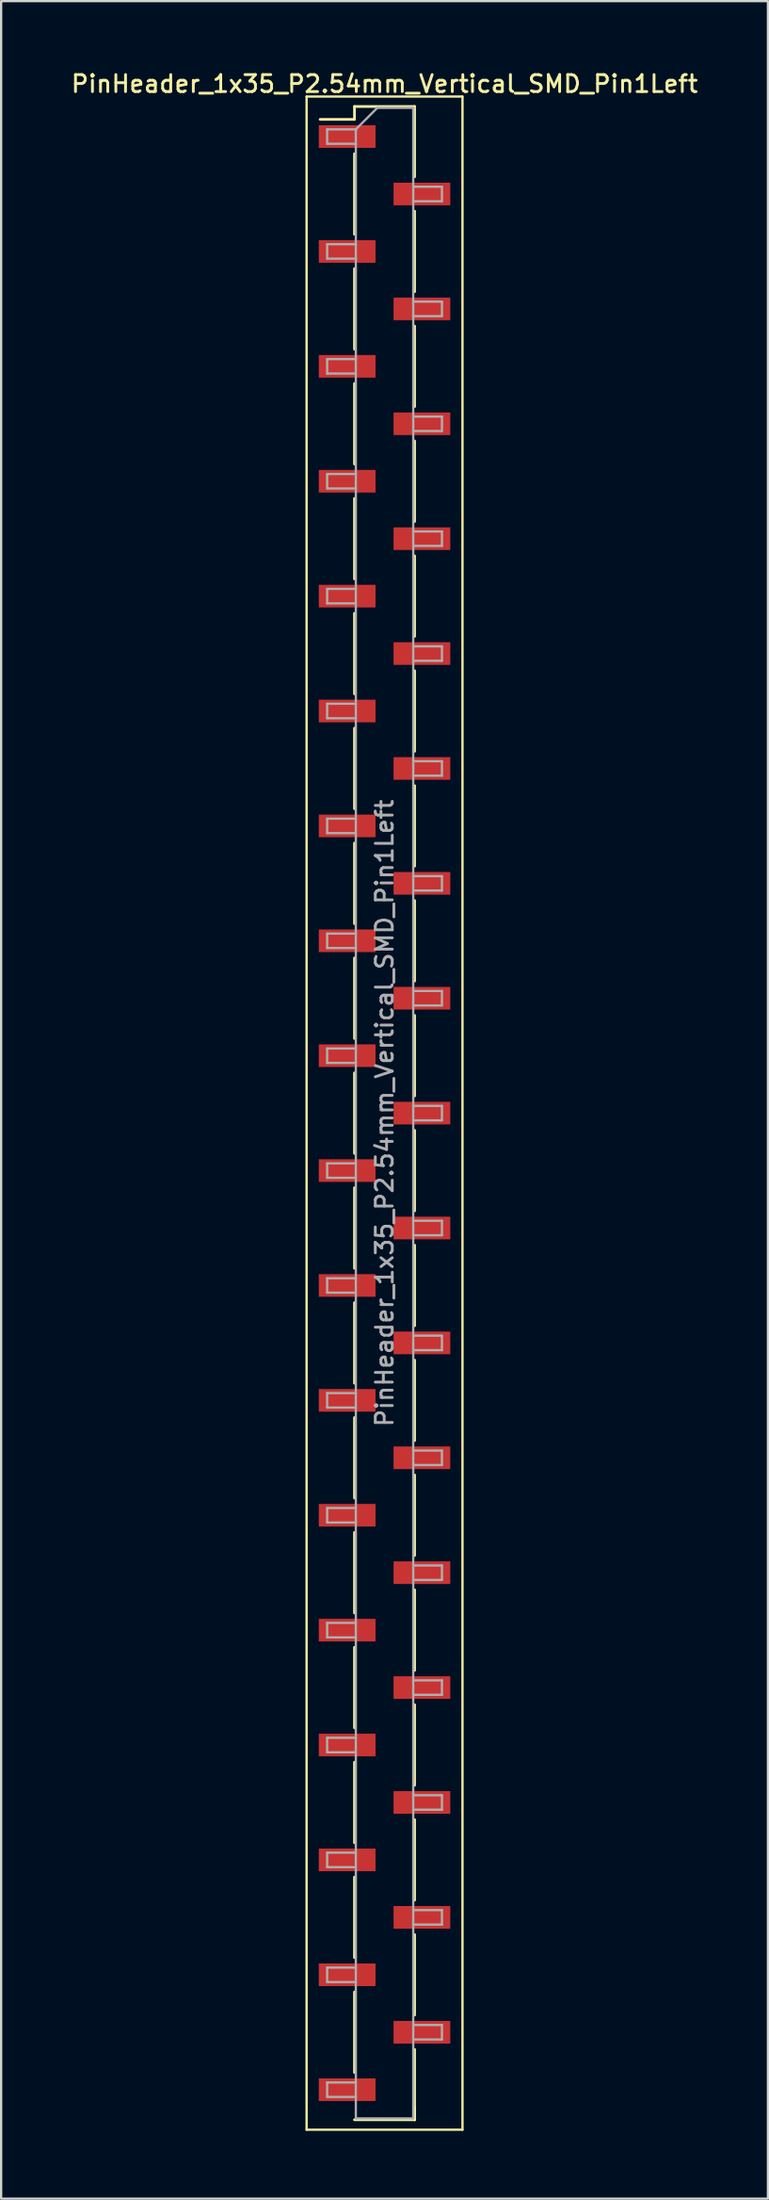
<source format=kicad_pcb>
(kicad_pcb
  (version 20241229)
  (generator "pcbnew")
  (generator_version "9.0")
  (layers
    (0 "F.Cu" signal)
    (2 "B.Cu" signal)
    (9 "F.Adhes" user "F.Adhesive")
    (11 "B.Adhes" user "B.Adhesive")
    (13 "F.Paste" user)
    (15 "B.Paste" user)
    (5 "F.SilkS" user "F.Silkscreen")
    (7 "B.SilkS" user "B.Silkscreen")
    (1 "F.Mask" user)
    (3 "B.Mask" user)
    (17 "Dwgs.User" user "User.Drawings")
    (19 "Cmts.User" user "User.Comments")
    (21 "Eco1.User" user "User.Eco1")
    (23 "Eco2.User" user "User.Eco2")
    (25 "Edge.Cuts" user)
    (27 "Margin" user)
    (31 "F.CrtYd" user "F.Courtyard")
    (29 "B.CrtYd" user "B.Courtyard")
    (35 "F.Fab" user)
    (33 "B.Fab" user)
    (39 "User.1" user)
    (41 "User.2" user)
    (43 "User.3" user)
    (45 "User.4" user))
  (footprint "PinHeader_1x35_P2.54mm_Vertical_SMD_Pin1Left"
    (layer "F.Cu")
    (at 13.97 46.168)
    (property "Reference" "PinHeader_1x35_P2.54mm_Vertical_SMD_Pin1Left" (at 0 -45.51 0) (layer "F.SilkS") (effects (font (size 0.75 0.75) (thickness 0.125))))
    (attr smd)
    (fp_line (start -3.45 -44.95) (end -3.45 44.95) (stroke (width 0.1) (type solid)) (layer "F.SilkS"))
    (fp_line (start -3.45 44.95) (end 3.45 44.95) (stroke (width 0.1) (type solid)) (layer "F.SilkS"))
    (fp_line (start -1.33 -44.51) (end -1.33 -43.94) (stroke (width 0.12) (type solid)) (layer "F.SilkS"))
    (fp_line (start -1.33 -44.51) (end 1.33 -44.51) (stroke (width 0.12) (type solid)) (layer "F.SilkS"))
    (fp_line (start -1.33 -43.94) (end -2.85 -43.94) (stroke (width 0.12) (type solid)) (layer "F.SilkS"))
    (fp_line (start -1.33 -42.42) (end -1.33 -38.86) (stroke (width 0.12) (type solid)) (layer "F.SilkS"))
    (fp_line (start -1.33 -37.34) (end -1.33 -33.78) (stroke (width 0.12) (type solid)) (layer "F.SilkS"))
    (fp_line (start -1.33 -32.26) (end -1.33 -28.7) (stroke (width 0.12) (type solid)) (layer "F.SilkS"))
    (fp_line (start -1.33 -27.18) (end -1.33 -23.62) (stroke (width 0.12) (type solid)) (layer "F.SilkS"))
    (fp_line (start -1.33 -22.1) (end -1.33 -18.54) (stroke (width 0.12) (type solid)) (layer "F.SilkS"))
    (fp_line (start -1.33 -17.02) (end -1.33 -13.46) (stroke (width 0.12) (type solid)) (layer "F.SilkS"))
    (fp_line (start -1.33 -11.94) (end -1.33 -8.38) (stroke (width 0.12) (type solid)) (layer "F.SilkS"))
    (fp_line (start -1.33 -6.86) (end -1.33 -3.3) (stroke (width 0.12) (type solid)) (layer "F.SilkS"))
    (fp_line (start -1.33 -1.78) (end -1.33 1.78) (stroke (width 0.12) (type solid)) (layer "F.SilkS"))
    (fp_line (start -1.33 3.3) (end -1.33 6.86) (stroke (width 0.12) (type solid)) (layer "F.SilkS"))
    (fp_line (start -1.33 8.38) (end -1.33 11.94) (stroke (width 0.12) (type solid)) (layer "F.SilkS"))
    (fp_line (start -1.33 13.46) (end -1.33 17.02) (stroke (width 0.12) (type solid)) (layer "F.SilkS"))
    (fp_line (start -1.33 18.54) (end -1.33 22.1) (stroke (width 0.12) (type solid)) (layer "F.SilkS"))
    (fp_line (start -1.33 23.62) (end -1.33 27.18) (stroke (width 0.12) (type solid)) (layer "F.SilkS"))
    (fp_line (start -1.33 28.7) (end -1.33 32.26) (stroke (width 0.12) (type solid)) (layer "F.SilkS"))
    (fp_line (start -1.33 33.78) (end -1.33 37.34) (stroke (width 0.12) (type solid)) (layer "F.SilkS"))
    (fp_line (start -1.33 38.86) (end -1.33 42.42) (stroke (width 0.12) (type solid)) (layer "F.SilkS"))
    (fp_line (start -1.33 44.51) (end 1.33 44.51) (stroke (width 0.12) (type solid)) (layer "F.SilkS"))
    (fp_line (start 1.33 -44.51) (end 1.33 -41.4) (stroke (width 0.12) (type solid)) (layer "F.SilkS"))
    (fp_line (start 1.33 -39.88) (end 1.33 -36.32) (stroke (width 0.12) (type solid)) (layer "F.SilkS"))
    (fp_line (start 1.33 -34.8) (end 1.33 -31.24) (stroke (width 0.12) (type solid)) (layer "F.SilkS"))
    (fp_line (start 1.33 -29.72) (end 1.33 -26.16) (stroke (width 0.12) (type solid)) (layer "F.SilkS"))
    (fp_line (start 1.33 -24.64) (end 1.33 -21.08) (stroke (width 0.12) (type solid)) (layer "F.SilkS"))
    (fp_line (start 1.33 -19.56) (end 1.33 -16) (stroke (width 0.12) (type solid)) (layer "F.SilkS"))
    (fp_line (start 1.33 -14.48) (end 1.33 -10.92) (stroke (width 0.12) (type solid)) (layer "F.SilkS"))
    (fp_line (start 1.33 -9.4) (end 1.33 -5.84) (stroke (width 0.12) (type solid)) (layer "F.SilkS"))
    (fp_line (start 1.33 -4.32) (end 1.33 -0.76) (stroke (width 0.12) (type solid)) (layer "F.SilkS"))
    (fp_line (start 1.33 0.76) (end 1.33 4.32) (stroke (width 0.12) (type solid)) (layer "F.SilkS"))
    (fp_line (start 1.33 5.84) (end 1.33 9.4) (stroke (width 0.12) (type solid)) (layer "F.SilkS"))
    (fp_line (start 1.33 10.92) (end 1.33 14.48) (stroke (width 0.12) (type solid)) (layer "F.SilkS"))
    (fp_line (start 1.33 16) (end 1.33 19.56) (stroke (width 0.12) (type solid)) (layer "F.SilkS"))
    (fp_line (start 1.33 21.08) (end 1.33 24.64) (stroke (width 0.12) (type solid)) (layer "F.SilkS"))
    (fp_line (start 1.33 26.16) (end 1.33 29.72) (stroke (width 0.12) (type solid)) (layer "F.SilkS"))
    (fp_line (start 1.33 31.24) (end 1.33 34.8) (stroke (width 0.12) (type solid)) (layer "F.SilkS"))
    (fp_line (start 1.33 36.32) (end 1.33 39.88) (stroke (width 0.12) (type solid)) (layer "F.SilkS"))
    (fp_line (start 1.33 41.4) (end 1.33 44.51) (stroke (width 0.12) (type solid)) (layer "F.SilkS"))
    (fp_line (start 1.33 43.94) (end 1.33 44.51) (stroke (width 0.12) (type solid)) (layer "F.SilkS"))
    (fp_line (start 3.45 -44.95) (end -3.45 -44.95) (stroke (width 0.1) (type solid)) (layer "F.SilkS"))
    (fp_line (start 3.45 44.95) (end 3.45 -44.95) (stroke (width 0.1) (type solid)) (layer "F.SilkS"))
    (fp_line (start -2.54 -43.5) (end -2.54 -42.86) (stroke (width 0.1) (type solid)) (layer "F.Fab"))
    (fp_line (start -2.54 -42.86) (end -1.27 -42.86) (stroke (width 0.1) (type solid)) (layer "F.Fab"))
    (fp_line (start -2.54 -38.42) (end -2.54 -37.78) (stroke (width 0.1) (type solid)) (layer "F.Fab"))
    (fp_line (start -2.54 -37.78) (end -1.27 -37.78) (stroke (width 0.1) (type solid)) (layer "F.Fab"))
    (fp_line (start -2.54 -33.34) (end -2.54 -32.7) (stroke (width 0.1) (type solid)) (layer "F.Fab"))
    (fp_line (start -2.54 -32.7) (end -1.27 -32.7) (stroke (width 0.1) (type solid)) (layer "F.Fab"))
    (fp_line (start -2.54 -28.26) (end -2.54 -27.62) (stroke (width 0.1) (type solid)) (layer "F.Fab"))
    (fp_line (start -2.54 -27.62) (end -1.27 -27.62) (stroke (width 0.1) (type solid)) (layer "F.Fab"))
    (fp_line (start -2.54 -23.18) (end -2.54 -22.54) (stroke (width 0.1) (type solid)) (layer "F.Fab"))
    (fp_line (start -2.54 -22.54) (end -1.27 -22.54) (stroke (width 0.1) (type solid)) (layer "F.Fab"))
    (fp_line (start -2.54 -18.1) (end -2.54 -17.46) (stroke (width 0.1) (type solid)) (layer "F.Fab"))
    (fp_line (start -2.54 -17.46) (end -1.27 -17.46) (stroke (width 0.1) (type solid)) (layer "F.Fab"))
    (fp_line (start -2.54 -13.02) (end -2.54 -12.38) (stroke (width 0.1) (type solid)) (layer "F.Fab"))
    (fp_line (start -2.54 -12.38) (end -1.27 -12.38) (stroke (width 0.1) (type solid)) (layer "F.Fab"))
    (fp_line (start -2.54 -7.94) (end -2.54 -7.3) (stroke (width 0.1) (type solid)) (layer "F.Fab"))
    (fp_line (start -2.54 -7.3) (end -1.27 -7.3) (stroke (width 0.1) (type solid)) (layer "F.Fab"))
    (fp_line (start -2.54 -2.86) (end -2.54 -2.22) (stroke (width 0.1) (type solid)) (layer "F.Fab"))
    (fp_line (start -2.54 -2.22) (end -1.27 -2.22) (stroke (width 0.1) (type solid)) (layer "F.Fab"))
    (fp_line (start -2.54 2.22) (end -2.54 2.86) (stroke (width 0.1) (type solid)) (layer "F.Fab"))
    (fp_line (start -2.54 2.86) (end -1.27 2.86) (stroke (width 0.1) (type solid)) (layer "F.Fab"))
    (fp_line (start -2.54 7.3) (end -2.54 7.94) (stroke (width 0.1) (type solid)) (layer "F.Fab"))
    (fp_line (start -2.54 7.94) (end -1.27 7.94) (stroke (width 0.1) (type solid)) (layer "F.Fab"))
    (fp_line (start -2.54 12.38) (end -2.54 13.02) (stroke (width 0.1) (type solid)) (layer "F.Fab"))
    (fp_line (start -2.54 13.02) (end -1.27 13.02) (stroke (width 0.1) (type solid)) (layer "F.Fab"))
    (fp_line (start -2.54 17.46) (end -2.54 18.1) (stroke (width 0.1) (type solid)) (layer "F.Fab"))
    (fp_line (start -2.54 18.1) (end -1.27 18.1) (stroke (width 0.1) (type solid)) (layer "F.Fab"))
    (fp_line (start -2.54 22.54) (end -2.54 23.18) (stroke (width 0.1) (type solid)) (layer "F.Fab"))
    (fp_line (start -2.54 23.18) (end -1.27 23.18) (stroke (width 0.1) (type solid)) (layer "F.Fab"))
    (fp_line (start -2.54 27.62) (end -2.54 28.26) (stroke (width 0.1) (type solid)) (layer "F.Fab"))
    (fp_line (start -2.54 28.26) (end -1.27 28.26) (stroke (width 0.1) (type solid)) (layer "F.Fab"))
    (fp_line (start -2.54 32.7) (end -2.54 33.34) (stroke (width 0.1) (type solid)) (layer "F.Fab"))
    (fp_line (start -2.54 33.34) (end -1.27 33.34) (stroke (width 0.1) (type solid)) (layer "F.Fab"))
    (fp_line (start -2.54 37.78) (end -2.54 38.42) (stroke (width 0.1) (type solid)) (layer "F.Fab"))
    (fp_line (start -2.54 38.42) (end -1.27 38.42) (stroke (width 0.1) (type solid)) (layer "F.Fab"))
    (fp_line (start -2.54 42.86) (end -2.54 43.5) (stroke (width 0.1) (type solid)) (layer "F.Fab"))
    (fp_line (start -2.54 43.5) (end -1.27 43.5) (stroke (width 0.1) (type solid)) (layer "F.Fab"))
    (fp_line (start -1.27 -43.5) (end -2.54 -43.5) (stroke (width 0.1) (type solid)) (layer "F.Fab"))
    (fp_line (start -1.27 -43.5) (end -0.32 -44.45) (stroke (width 0.1) (type solid)) (layer "F.Fab"))
    (fp_line (start -1.27 -38.42) (end -2.54 -38.42) (stroke (width 0.1) (type solid)) (layer "F.Fab"))
    (fp_line (start -1.27 -33.34) (end -2.54 -33.34) (stroke (width 0.1) (type solid)) (layer "F.Fab"))
    (fp_line (start -1.27 -28.26) (end -2.54 -28.26) (stroke (width 0.1) (type solid)) (layer "F.Fab"))
    (fp_line (start -1.27 -23.18) (end -2.54 -23.18) (stroke (width 0.1) (type solid)) (layer "F.Fab"))
    (fp_line (start -1.27 -18.1) (end -2.54 -18.1) (stroke (width 0.1) (type solid)) (layer "F.Fab"))
    (fp_line (start -1.27 -13.02) (end -2.54 -13.02) (stroke (width 0.1) (type solid)) (layer "F.Fab"))
    (fp_line (start -1.27 -7.94) (end -2.54 -7.94) (stroke (width 0.1) (type solid)) (layer "F.Fab"))
    (fp_line (start -1.27 -2.86) (end -2.54 -2.86) (stroke (width 0.1) (type solid)) (layer "F.Fab"))
    (fp_line (start -1.27 2.22) (end -2.54 2.22) (stroke (width 0.1) (type solid)) (layer "F.Fab"))
    (fp_line (start -1.27 7.3) (end -2.54 7.3) (stroke (width 0.1) (type solid)) (layer "F.Fab"))
    (fp_line (start -1.27 12.38) (end -2.54 12.38) (stroke (width 0.1) (type solid)) (layer "F.Fab"))
    (fp_line (start -1.27 17.46) (end -2.54 17.46) (stroke (width 0.1) (type solid)) (layer "F.Fab"))
    (fp_line (start -1.27 22.54) (end -2.54 22.54) (stroke (width 0.1) (type solid)) (layer "F.Fab"))
    (fp_line (start -1.27 27.62) (end -2.54 27.62) (stroke (width 0.1) (type solid)) (layer "F.Fab"))
    (fp_line (start -1.27 32.7) (end -2.54 32.7) (stroke (width 0.1) (type solid)) (layer "F.Fab"))
    (fp_line (start -1.27 37.78) (end -2.54 37.78) (stroke (width 0.1) (type solid)) (layer "F.Fab"))
    (fp_line (start -1.27 42.86) (end -2.54 42.86) (stroke (width 0.1) (type solid)) (layer "F.Fab"))
    (fp_line (start -1.27 44.45) (end -1.27 -43.5) (stroke (width 0.1) (type solid)) (layer "F.Fab"))
    (fp_line (start -0.32 -44.45) (end 1.27 -44.45) (stroke (width 0.1) (type solid)) (layer "F.Fab"))
    (fp_line (start 1.27 -44.45) (end 1.27 44.45) (stroke (width 0.1) (type solid)) (layer "F.Fab"))
    (fp_line (start 1.27 -40.96) (end 2.54 -40.96) (stroke (width 0.1) (type solid)) (layer "F.Fab"))
    (fp_line (start 1.27 -35.88) (end 2.54 -35.88) (stroke (width 0.1) (type solid)) (layer "F.Fab"))
    (fp_line (start 1.27 -30.8) (end 2.54 -30.8) (stroke (width 0.1) (type solid)) (layer "F.Fab"))
    (fp_line (start 1.27 -25.72) (end 2.54 -25.72) (stroke (width 0.1) (type solid)) (layer "F.Fab"))
    (fp_line (start 1.27 -20.64) (end 2.54 -20.64) (stroke (width 0.1) (type solid)) (layer "F.Fab"))
    (fp_line (start 1.27 -15.56) (end 2.54 -15.56) (stroke (width 0.1) (type solid)) (layer "F.Fab"))
    (fp_line (start 1.27 -10.48) (end 2.54 -10.48) (stroke (width 0.1) (type solid)) (layer "F.Fab"))
    (fp_line (start 1.27 -5.4) (end 2.54 -5.4) (stroke (width 0.1) (type solid)) (layer "F.Fab"))
    (fp_line (start 1.27 -0.32) (end 2.54 -0.32) (stroke (width 0.1) (type solid)) (layer "F.Fab"))
    (fp_line (start 1.27 4.76) (end 2.54 4.76) (stroke (width 0.1) (type solid)) (layer "F.Fab"))
    (fp_line (start 1.27 9.84) (end 2.54 9.84) (stroke (width 0.1) (type solid)) (layer "F.Fab"))
    (fp_line (start 1.27 14.92) (end 2.54 14.92) (stroke (width 0.1) (type solid)) (layer "F.Fab"))
    (fp_line (start 1.27 20) (end 2.54 20) (stroke (width 0.1) (type solid)) (layer "F.Fab"))
    (fp_line (start 1.27 25.08) (end 2.54 25.08) (stroke (width 0.1) (type solid)) (layer "F.Fab"))
    (fp_line (start 1.27 30.16) (end 2.54 30.16) (stroke (width 0.1) (type solid)) (layer "F.Fab"))
    (fp_line (start 1.27 35.24) (end 2.54 35.24) (stroke (width 0.1) (type solid)) (layer "F.Fab"))
    (fp_line (start 1.27 40.32) (end 2.54 40.32) (stroke (width 0.1) (type solid)) (layer "F.Fab"))
    (fp_line (start 1.27 44.45) (end -1.27 44.45) (stroke (width 0.1) (type solid)) (layer "F.Fab"))
    (fp_line (start 2.54 -40.96) (end 2.54 -40.32) (stroke (width 0.1) (type solid)) (layer "F.Fab"))
    (fp_line (start 2.54 -40.32) (end 1.27 -40.32) (stroke (width 0.1) (type solid)) (layer "F.Fab"))
    (fp_line (start 2.54 -35.88) (end 2.54 -35.24) (stroke (width 0.1) (type solid)) (layer "F.Fab"))
    (fp_line (start 2.54 -35.24) (end 1.27 -35.24) (stroke (width 0.1) (type solid)) (layer "F.Fab"))
    (fp_line (start 2.54 -30.8) (end 2.54 -30.16) (stroke (width 0.1) (type solid)) (layer "F.Fab"))
    (fp_line (start 2.54 -30.16) (end 1.27 -30.16) (stroke (width 0.1) (type solid)) (layer "F.Fab"))
    (fp_line (start 2.54 -25.72) (end 2.54 -25.08) (stroke (width 0.1) (type solid)) (layer "F.Fab"))
    (fp_line (start 2.54 -25.08) (end 1.27 -25.08) (stroke (width 0.1) (type solid)) (layer "F.Fab"))
    (fp_line (start 2.54 -20.64) (end 2.54 -20) (stroke (width 0.1) (type solid)) (layer "F.Fab"))
    (fp_line (start 2.54 -20) (end 1.27 -20) (stroke (width 0.1) (type solid)) (layer "F.Fab"))
    (fp_line (start 2.54 -15.56) (end 2.54 -14.92) (stroke (width 0.1) (type solid)) (layer "F.Fab"))
    (fp_line (start 2.54 -14.92) (end 1.27 -14.92) (stroke (width 0.1) (type solid)) (layer "F.Fab"))
    (fp_line (start 2.54 -10.48) (end 2.54 -9.84) (stroke (width 0.1) (type solid)) (layer "F.Fab"))
    (fp_line (start 2.54 -9.84) (end 1.27 -9.84) (stroke (width 0.1) (type solid)) (layer "F.Fab"))
    (fp_line (start 2.54 -5.4) (end 2.54 -4.76) (stroke (width 0.1) (type solid)) (layer "F.Fab"))
    (fp_line (start 2.54 -4.76) (end 1.27 -4.76) (stroke (width 0.1) (type solid)) (layer "F.Fab"))
    (fp_line (start 2.54 -0.32) (end 2.54 0.32) (stroke (width 0.1) (type solid)) (layer "F.Fab"))
    (fp_line (start 2.54 0.32) (end 1.27 0.32) (stroke (width 0.1) (type solid)) (layer "F.Fab"))
    (fp_line (start 2.54 4.76) (end 2.54 5.4) (stroke (width 0.1) (type solid)) (layer "F.Fab"))
    (fp_line (start 2.54 5.4) (end 1.27 5.4) (stroke (width 0.1) (type solid)) (layer "F.Fab"))
    (fp_line (start 2.54 9.84) (end 2.54 10.48) (stroke (width 0.1) (type solid)) (layer "F.Fab"))
    (fp_line (start 2.54 10.48) (end 1.27 10.48) (stroke (width 0.1) (type solid)) (layer "F.Fab"))
    (fp_line (start 2.54 14.92) (end 2.54 15.56) (stroke (width 0.1) (type solid)) (layer "F.Fab"))
    (fp_line (start 2.54 15.56) (end 1.27 15.56) (stroke (width 0.1) (type solid)) (layer "F.Fab"))
    (fp_line (start 2.54 20) (end 2.54 20.64) (stroke (width 0.1) (type solid)) (layer "F.Fab"))
    (fp_line (start 2.54 20.64) (end 1.27 20.64) (stroke (width 0.1) (type solid)) (layer "F.Fab"))
    (fp_line (start 2.54 25.08) (end 2.54 25.72) (stroke (width 0.1) (type solid)) (layer "F.Fab"))
    (fp_line (start 2.54 25.72) (end 1.27 25.72) (stroke (width 0.1) (type solid)) (layer "F.Fab"))
    (fp_line (start 2.54 30.16) (end 2.54 30.8) (stroke (width 0.1) (type solid)) (layer "F.Fab"))
    (fp_line (start 2.54 30.8) (end 1.27 30.8) (stroke (width 0.1) (type solid)) (layer "F.Fab"))
    (fp_line (start 2.54 35.24) (end 2.54 35.88) (stroke (width 0.1) (type solid)) (layer "F.Fab"))
    (fp_line (start 2.54 35.88) (end 1.27 35.88) (stroke (width 0.1) (type solid)) (layer "F.Fab"))
    (fp_line (start 2.54 40.32) (end 2.54 40.96) (stroke (width 0.1) (type solid)) (layer "F.Fab"))
    (fp_line (start 2.54 40.96) (end 1.27 40.96) (stroke (width 0.1) (type solid)) (layer "F.Fab"))
    (fp_text user "${REFERENCE}" (at 0 0 90) (layer "F.Fab") (effects (font (size 0.75 0.75) (thickness 0.125))))
    (pad "1" smd rect (at -1.655 -43.18) (size 2.51 1) (layers "F.Cu" "F.Mask" "F.Paste"))
    (pad "2" smd rect (at 1.655 -40.64) (size 2.51 1) (layers "F.Cu" "F.Mask" "F.Paste"))
    (pad "3" smd rect (at -1.655 -38.1) (size 2.51 1) (layers "F.Cu" "F.Mask" "F.Paste"))
    (pad "4" smd rect (at 1.655 -35.56) (size 2.51 1) (layers "F.Cu" "F.Mask" "F.Paste"))
    (pad "5" smd rect (at -1.655 -33.02) (size 2.51 1) (layers "F.Cu" "F.Mask" "F.Paste"))
    (pad "6" smd rect (at 1.655 -30.48) (size 2.51 1) (layers "F.Cu" "F.Mask" "F.Paste"))
    (pad "7" smd rect (at -1.655 -27.94) (size 2.51 1) (layers "F.Cu" "F.Mask" "F.Paste"))
    (pad "8" smd rect (at 1.655 -25.4) (size 2.51 1) (layers "F.Cu" "F.Mask" "F.Paste"))
    (pad "9" smd rect (at -1.655 -22.86) (size 2.51 1) (layers "F.Cu" "F.Mask" "F.Paste"))
    (pad "10" smd rect (at 1.655 -20.32) (size 2.51 1) (layers "F.Cu" "F.Mask" "F.Paste"))
    (pad "11" smd rect (at -1.655 -17.78) (size 2.51 1) (layers "F.Cu" "F.Mask" "F.Paste"))
    (pad "12" smd rect (at 1.655 -15.24) (size 2.51 1) (layers "F.Cu" "F.Mask" "F.Paste"))
    (pad "13" smd rect (at -1.655 -12.7) (size 2.51 1) (layers "F.Cu" "F.Mask" "F.Paste"))
    (pad "14" smd rect (at 1.655 -10.16) (size 2.51 1) (layers "F.Cu" "F.Mask" "F.Paste"))
    (pad "15" smd rect (at -1.655 -7.62) (size 2.51 1) (layers "F.Cu" "F.Mask" "F.Paste"))
    (pad "16" smd rect (at 1.655 -5.08) (size 2.51 1) (layers "F.Cu" "F.Mask" "F.Paste"))
    (pad "17" smd rect (at -1.655 -2.54) (size 2.51 1) (layers "F.Cu" "F.Mask" "F.Paste"))
    (pad "18" smd rect (at 1.655 0) (size 2.51 1) (layers "F.Cu" "F.Mask" "F.Paste"))
    (pad "19" smd rect (at -1.655 2.54) (size 2.51 1) (layers "F.Cu" "F.Mask" "F.Paste"))
    (pad "20" smd rect (at 1.655 5.08) (size 2.51 1) (layers "F.Cu" "F.Mask" "F.Paste"))
    (pad "21" smd rect (at -1.655 7.62) (size 2.51 1) (layers "F.Cu" "F.Mask" "F.Paste"))
    (pad "22" smd rect (at 1.655 10.16) (size 2.51 1) (layers "F.Cu" "F.Mask" "F.Paste"))
    (pad "23" smd rect (at -1.655 12.7) (size 2.51 1) (layers "F.Cu" "F.Mask" "F.Paste"))
    (pad "24" smd rect (at 1.655 15.24) (size 2.51 1) (layers "F.Cu" "F.Mask" "F.Paste"))
    (pad "25" smd rect (at -1.655 17.78) (size 2.51 1) (layers "F.Cu" "F.Mask" "F.Paste"))
    (pad "26" smd rect (at 1.655 20.32) (size 2.51 1) (layers "F.Cu" "F.Mask" "F.Paste"))
    (pad "27" smd rect (at -1.655 22.86) (size 2.51 1) (layers "F.Cu" "F.Mask" "F.Paste"))
    (pad "28" smd rect (at 1.655 25.4) (size 2.51 1) (layers "F.Cu" "F.Mask" "F.Paste"))
    (pad "29" smd rect (at -1.655 27.94) (size 2.51 1) (layers "F.Cu" "F.Mask" "F.Paste"))
    (pad "30" smd rect (at 1.655 30.48) (size 2.51 1) (layers "F.Cu" "F.Mask" "F.Paste"))
    (pad "31" smd rect (at -1.655 33.02) (size 2.51 1) (layers "F.Cu" "F.Mask" "F.Paste"))
    (pad "32" smd rect (at 1.655 35.56) (size 2.51 1) (layers "F.Cu" "F.Mask" "F.Paste"))
    (pad "33" smd rect (at -1.655 38.1) (size 2.51 1) (layers "F.Cu" "F.Mask" "F.Paste"))
    (pad "34" smd rect (at 1.655 40.64) (size 2.51 1) (layers "F.Cu" "F.Mask" "F.Paste"))
    (pad "35" smd rect (at -1.655 43.18) (size 2.51 1) (layers "F.Cu" "F.Mask" "F.Paste")))
  (gr_rect
    (start -3 -3)
    (end 30.939 94.168)
    (stroke (width 0.1) (type default))
    (fill no)
    (layer "Edge.Cuts")))
</source>
